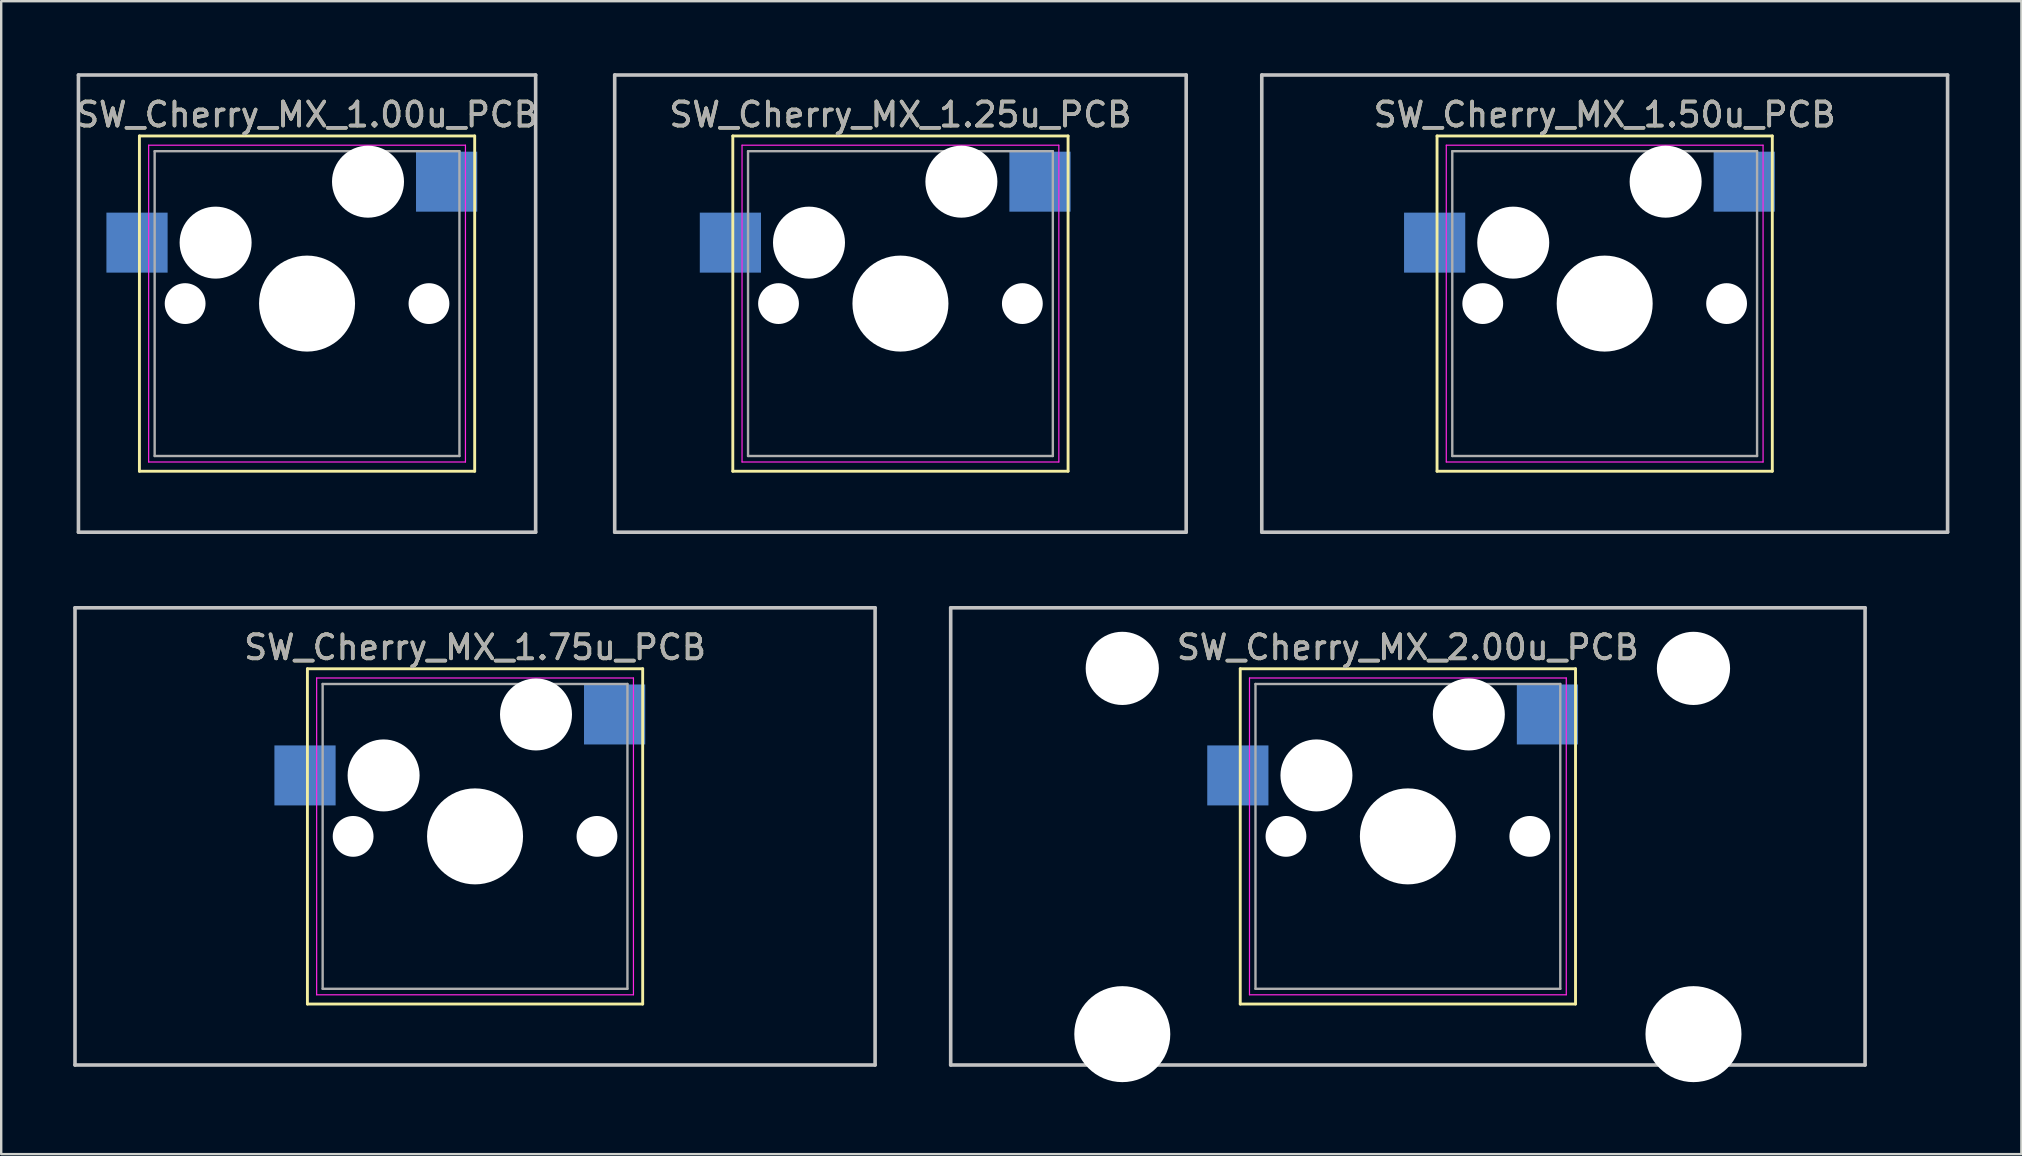
<source format=kicad_pcb>
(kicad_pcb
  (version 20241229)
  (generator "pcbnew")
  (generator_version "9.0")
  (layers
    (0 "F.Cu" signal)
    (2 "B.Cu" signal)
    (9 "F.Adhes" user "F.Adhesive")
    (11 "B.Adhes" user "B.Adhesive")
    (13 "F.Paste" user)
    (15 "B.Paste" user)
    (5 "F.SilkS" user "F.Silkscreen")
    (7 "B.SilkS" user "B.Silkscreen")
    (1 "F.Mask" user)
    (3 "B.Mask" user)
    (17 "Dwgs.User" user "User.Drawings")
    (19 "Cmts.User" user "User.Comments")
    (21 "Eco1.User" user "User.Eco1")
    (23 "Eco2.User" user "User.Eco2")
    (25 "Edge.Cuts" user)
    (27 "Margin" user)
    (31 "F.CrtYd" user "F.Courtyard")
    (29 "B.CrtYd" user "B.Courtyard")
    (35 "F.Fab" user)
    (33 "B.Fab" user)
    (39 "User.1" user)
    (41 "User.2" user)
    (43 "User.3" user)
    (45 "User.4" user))
  (footprint "SW_Cherry_MX_2.00u_PCB"
    (layer "F.Cu")
    (at 58.153 26.72)
    (property "Reference" "SW_Cherry_MX_2.00u_PCB" (at -2.54 -2.794 0) (layer "F.SilkS") (effects (font (size 1 1) (thickness 0.15))))
    (attr through_hole)
    (fp_line (start -9.525 -1.905) (end 4.445 -1.905) (stroke (width 0.12) (type solid)) (layer "F.SilkS"))
    (fp_line (start -9.525 12.065) (end -9.525 -1.905) (stroke (width 0.12) (type solid)) (layer "F.SilkS"))
    (fp_line (start 4.445 -1.905) (end 4.445 12.065) (stroke (width 0.12) (type solid)) (layer "F.SilkS"))
    (fp_line (start 4.445 12.065) (end -9.525 12.065) (stroke (width 0.12) (type solid)) (layer "F.SilkS"))
    (fp_line (start -21.59 -4.445) (end 16.51 -4.445) (stroke (width 0.15) (type solid)) (layer "Dwgs.User"))
    (fp_line (start -21.59 14.605) (end -21.59 -4.445) (stroke (width 0.15) (type solid)) (layer "Dwgs.User"))
    (fp_line (start 16.51 -4.445) (end 16.51 14.605) (stroke (width 0.15) (type solid)) (layer "Dwgs.User"))
    (fp_line (start 16.51 14.605) (end -21.59 14.605) (stroke (width 0.15) (type solid)) (layer "Dwgs.User"))
    (fp_line (start -9.14 -1.52) (end 4.06 -1.52) (stroke (width 0.05) (type solid)) (layer "F.CrtYd"))
    (fp_line (start -9.14 11.68) (end -9.14 -1.52) (stroke (width 0.05) (type solid)) (layer "F.CrtYd"))
    (fp_line (start 4.06 -1.52) (end 4.06 11.68) (stroke (width 0.05) (type solid)) (layer "F.CrtYd"))
    (fp_line (start 4.06 11.68) (end -9.14 11.68) (stroke (width 0.05) (type solid)) (layer "F.CrtYd"))
    (fp_line (start -8.89 -1.27) (end 3.81 -1.27) (stroke (width 0.1) (type solid)) (layer "F.Fab"))
    (fp_line (start -8.89 11.43) (end -8.89 -1.27) (stroke (width 0.1) (type solid)) (layer "F.Fab"))
    (fp_line (start 3.81 -1.27) (end 3.81 11.43) (stroke (width 0.1) (type solid)) (layer "F.Fab"))
    (fp_line (start 3.81 11.43) (end -8.89 11.43) (stroke (width 0.1) (type solid)) (layer "F.Fab"))
    (fp_text user "${REFERENCE}" (at -2.54 -2.794 0) (layer "F.Fab") (effects (font (size 1 1) (thickness 0.15))))
    (pad "" np_thru_hole circle (at -14.44 -1.92) (size 3.05 3.05) (drill 3.05) (layers "*.Cu" "*.Mask"))
    (pad "" np_thru_hole circle (at -14.44 13.32) (size 4 4) (drill 4) (layers "*.Cu" "*.Mask"))
    (pad "" np_thru_hole circle (at -7.62 5.08) (size 1.7 1.7) (drill 1.7) (layers "*.Cu" "*.Mask"))
    (pad "" np_thru_hole circle (at -6.35 2.54) (size 3 3) (drill 3) (layers "*.Cu" "*.Mask"))
    (pad "" np_thru_hole circle (at -2.54 5.08) (size 4 4) (drill 4) (layers "*.Cu" "*.Mask"))
    (pad "" np_thru_hole circle (at 0 0) (size 3 3) (drill 3) (layers "*.Cu" "*.Mask"))
    (pad "" np_thru_hole circle (at 2.54 5.08) (size 1.7 1.7) (drill 1.7) (layers "*.Cu" "*.Mask"))
    (pad "" np_thru_hole circle (at 9.36 -1.92) (size 3.05 3.05) (drill 3.05) (layers "*.Cu" "*.Mask"))
    (pad "" np_thru_hole circle (at 9.36 13.32) (size 4 4) (drill 4) (layers "*.Cu" "*.Mask"))
    (pad "1" smd rect (at 3.275 0) (size 2.55 2.5) (layers "B.Cu" "B.Mask" "B.Paste"))
    (pad "2" smd rect (at -9.625 2.54) (size 2.55 2.5) (layers "B.Cu" "B.Mask" "B.Paste")))
  (footprint "SW_Cherry_MX_1.50u_PCB"
    (layer "F.Cu")
    (at 66.353 4.52)
    (property "Reference" "SW_Cherry_MX_1.50u_PCB" (at -2.54 -2.794 0) (layer "F.SilkS") (effects (font (size 1 1) (thickness 0.15))))
    (attr through_hole)
    (fp_line (start -9.525 -1.905) (end 4.445 -1.905) (stroke (width 0.12) (type solid)) (layer "F.SilkS"))
    (fp_line (start -9.525 12.065) (end -9.525 -1.905) (stroke (width 0.12) (type solid)) (layer "F.SilkS"))
    (fp_line (start 4.445 -1.905) (end 4.445 12.065) (stroke (width 0.12) (type solid)) (layer "F.SilkS"))
    (fp_line (start 4.445 12.065) (end -9.525 12.065) (stroke (width 0.12) (type solid)) (layer "F.SilkS"))
    (fp_line (start -16.828 -4.445) (end 11.748 -4.445) (stroke (width 0.15) (type solid)) (layer "Dwgs.User"))
    (fp_line (start -16.828 14.605) (end -16.828 -4.445) (stroke (width 0.15) (type solid)) (layer "Dwgs.User"))
    (fp_line (start 11.748 -4.445) (end 11.748 14.605) (stroke (width 0.15) (type solid)) (layer "Dwgs.User"))
    (fp_line (start 11.748 14.605) (end -16.828 14.605) (stroke (width 0.15) (type solid)) (layer "Dwgs.User"))
    (fp_line (start -9.14 -1.52) (end 4.06 -1.52) (stroke (width 0.05) (type solid)) (layer "F.CrtYd"))
    (fp_line (start -9.14 11.68) (end -9.14 -1.52) (stroke (width 0.05) (type solid)) (layer "F.CrtYd"))
    (fp_line (start 4.06 -1.52) (end 4.06 11.68) (stroke (width 0.05) (type solid)) (layer "F.CrtYd"))
    (fp_line (start 4.06 11.68) (end -9.14 11.68) (stroke (width 0.05) (type solid)) (layer "F.CrtYd"))
    (fp_line (start -8.89 -1.27) (end 3.81 -1.27) (stroke (width 0.1) (type solid)) (layer "F.Fab"))
    (fp_line (start -8.89 11.43) (end -8.89 -1.27) (stroke (width 0.1) (type solid)) (layer "F.Fab"))
    (fp_line (start 3.81 -1.27) (end 3.81 11.43) (stroke (width 0.1) (type solid)) (layer "F.Fab"))
    (fp_line (start 3.81 11.43) (end -8.89 11.43) (stroke (width 0.1) (type solid)) (layer "F.Fab"))
    (fp_text user "${REFERENCE}" (at -2.54 -2.794 0) (layer "F.Fab") (effects (font (size 1 1) (thickness 0.15))))
    (pad "" np_thru_hole circle (at -7.62 5.08) (size 1.7 1.7) (drill 1.7) (layers "*.Cu" "*.Mask"))
    (pad "" np_thru_hole circle (at -6.35 2.54) (size 3 3) (drill 3) (layers "*.Cu" "*.Mask"))
    (pad "" np_thru_hole circle (at -2.54 5.08) (size 4 4) (drill 4) (layers "*.Cu" "*.Mask"))
    (pad "" np_thru_hole circle (at 0 0) (size 3 3) (drill 3) (layers "*.Cu" "*.Mask"))
    (pad "" np_thru_hole circle (at 2.54 5.08) (size 1.7 1.7) (drill 1.7) (layers "*.Cu" "*.Mask"))
    (pad "1" smd rect (at 3.275 0) (size 2.55 2.5) (layers "B.Cu" "B.Mask" "B.Paste"))
    (pad "2" smd rect (at -9.625 2.54) (size 2.55 2.5) (layers "B.Cu" "B.Mask" "B.Paste")))
  (footprint "SW_Cherry_MX_1.00u_PCB"
    (layer "F.Cu")
    (at 12.284 4.52)
    (property "Reference" "SW_Cherry_MX_1.00u_PCB" (at -2.54 -2.794 0) (layer "F.SilkS") (effects (font (size 1 1) (thickness 0.15))))
    (attr through_hole)
    (fp_line (start -9.525 -1.905) (end 4.445 -1.905) (stroke (width 0.12) (type solid)) (layer "F.SilkS"))
    (fp_line (start -9.525 12.065) (end -9.525 -1.905) (stroke (width 0.12) (type solid)) (layer "F.SilkS"))
    (fp_line (start 4.445 -1.905) (end 4.445 12.065) (stroke (width 0.12) (type solid)) (layer "F.SilkS"))
    (fp_line (start 4.445 12.065) (end -9.525 12.065) (stroke (width 0.12) (type solid)) (layer "F.SilkS"))
    (fp_line (start -12.065 -4.445) (end 6.985 -4.445) (stroke (width 0.15) (type solid)) (layer "Dwgs.User"))
    (fp_line (start -12.065 14.605) (end -12.065 -4.445) (stroke (width 0.15) (type solid)) (layer "Dwgs.User"))
    (fp_line (start 6.985 -4.445) (end 6.985 14.605) (stroke (width 0.15) (type solid)) (layer "Dwgs.User"))
    (fp_line (start 6.985 14.605) (end -12.065 14.605) (stroke (width 0.15) (type solid)) (layer "Dwgs.User"))
    (fp_line (start -9.14 -1.52) (end 4.06 -1.52) (stroke (width 0.05) (type solid)) (layer "F.CrtYd"))
    (fp_line (start -9.14 11.68) (end -9.14 -1.52) (stroke (width 0.05) (type solid)) (layer "F.CrtYd"))
    (fp_line (start 4.06 -1.52) (end 4.06 11.68) (stroke (width 0.05) (type solid)) (layer "F.CrtYd"))
    (fp_line (start 4.06 11.68) (end -9.14 11.68) (stroke (width 0.05) (type solid)) (layer "F.CrtYd"))
    (fp_line (start -8.89 -1.27) (end 3.81 -1.27) (stroke (width 0.1) (type solid)) (layer "F.Fab"))
    (fp_line (start -8.89 11.43) (end -8.89 -1.27) (stroke (width 0.1) (type solid)) (layer "F.Fab"))
    (fp_line (start 3.81 -1.27) (end 3.81 11.43) (stroke (width 0.1) (type solid)) (layer "F.Fab"))
    (fp_line (start 3.81 11.43) (end -8.89 11.43) (stroke (width 0.1) (type solid)) (layer "F.Fab"))
    (fp_text user "${REFERENCE}" (at -2.54 -2.794 0) (layer "F.Fab") (effects (font (size 1 1) (thickness 0.15))))
    (pad "" np_thru_hole circle (at -7.62 5.08) (size 1.7 1.7) (drill 1.7) (layers "*.Cu" "*.Mask"))
    (pad "" np_thru_hole circle (at -6.35 2.54) (size 3 3) (drill 3) (layers "*.Cu" "*.Mask"))
    (pad "" np_thru_hole circle (at -2.54 5.08) (size 4 4) (drill 4) (layers "*.Cu" "*.Mask"))
    (pad "" np_thru_hole circle (at 0 0) (size 3 3) (drill 3) (layers "*.Cu" "*.Mask"))
    (pad "" np_thru_hole circle (at 2.54 5.08) (size 1.7 1.7) (drill 1.7) (layers "*.Cu" "*.Mask"))
    (pad "1" smd rect (at 3.275 0) (size 2.55 2.5) (layers "B.Cu" "B.Mask" "B.Paste"))
    (pad "2" smd rect (at -9.625 2.54) (size 2.55 2.5) (layers "B.Cu" "B.Mask" "B.Paste")))
  (footprint "SW_Cherry_MX_1.75u_PCB"
    (layer "F.Cu")
    (at 19.284 26.72)
    (property "Reference" "SW_Cherry_MX_1.75u_PCB" (at -2.54 -2.794 0) (layer "F.SilkS") (effects (font (size 1 1) (thickness 0.15))))
    (attr through_hole)
    (fp_line (start -9.525 -1.905) (end 4.445 -1.905) (stroke (width 0.12) (type solid)) (layer "F.SilkS"))
    (fp_line (start -9.525 12.065) (end -9.525 -1.905) (stroke (width 0.12) (type solid)) (layer "F.SilkS"))
    (fp_line (start 4.445 -1.905) (end 4.445 12.065) (stroke (width 0.12) (type solid)) (layer "F.SilkS"))
    (fp_line (start 4.445 12.065) (end -9.525 12.065) (stroke (width 0.12) (type solid)) (layer "F.SilkS"))
    (fp_line (start -19.209 -4.445) (end 14.129 -4.445) (stroke (width 0.15) (type solid)) (layer "Dwgs.User"))
    (fp_line (start -19.209 14.605) (end -19.209 -4.445) (stroke (width 0.15) (type solid)) (layer "Dwgs.User"))
    (fp_line (start 14.129 -4.445) (end 14.129 14.605) (stroke (width 0.15) (type solid)) (layer "Dwgs.User"))
    (fp_line (start 14.129 14.605) (end -19.209 14.605) (stroke (width 0.15) (type solid)) (layer "Dwgs.User"))
    (fp_line (start -9.14 -1.52) (end 4.06 -1.52) (stroke (width 0.05) (type solid)) (layer "F.CrtYd"))
    (fp_line (start -9.14 11.68) (end -9.14 -1.52) (stroke (width 0.05) (type solid)) (layer "F.CrtYd"))
    (fp_line (start 4.06 -1.52) (end 4.06 11.68) (stroke (width 0.05) (type solid)) (layer "F.CrtYd"))
    (fp_line (start 4.06 11.68) (end -9.14 11.68) (stroke (width 0.05) (type solid)) (layer "F.CrtYd"))
    (fp_line (start -8.89 -1.27) (end 3.81 -1.27) (stroke (width 0.1) (type solid)) (layer "F.Fab"))
    (fp_line (start -8.89 11.43) (end -8.89 -1.27) (stroke (width 0.1) (type solid)) (layer "F.Fab"))
    (fp_line (start 3.81 -1.27) (end 3.81 11.43) (stroke (width 0.1) (type solid)) (layer "F.Fab"))
    (fp_line (start 3.81 11.43) (end -8.89 11.43) (stroke (width 0.1) (type solid)) (layer "F.Fab"))
    (fp_text user "${REFERENCE}" (at -2.54 -2.794 0) (layer "F.Fab") (effects (font (size 1 1) (thickness 0.15))))
    (pad "" np_thru_hole circle (at -7.62 5.08) (size 1.7 1.7) (drill 1.7) (layers "*.Cu" "*.Mask"))
    (pad "" np_thru_hole circle (at -6.35 2.54) (size 3 3) (drill 3) (layers "*.Cu" "*.Mask"))
    (pad "" np_thru_hole circle (at -2.54 5.08) (size 4 4) (drill 4) (layers "*.Cu" "*.Mask"))
    (pad "" np_thru_hole circle (at 0 0) (size 3 3) (drill 3) (layers "*.Cu" "*.Mask"))
    (pad "" np_thru_hole circle (at 2.54 5.08) (size 1.7 1.7) (drill 1.7) (layers "*.Cu" "*.Mask"))
    (pad "1" smd rect (at 3.275 0) (size 2.55 2.5) (layers "B.Cu" "B.Mask" "B.Paste"))
    (pad "2" smd rect (at -9.625 2.54) (size 2.55 2.5) (layers "B.Cu" "B.Mask" "B.Paste")))
  (footprint "SW_Cherry_MX_1.25u_PCB"
    (layer "F.Cu")
    (at 37.009 4.52)
    (property "Reference" "SW_Cherry_MX_1.25u_PCB" (at -2.54 -2.794 0) (layer "F.SilkS") (effects (font (size 1 1) (thickness 0.15))))
    (attr through_hole)
    (fp_line (start -9.525 -1.905) (end 4.445 -1.905) (stroke (width 0.12) (type solid)) (layer "F.SilkS"))
    (fp_line (start -9.525 12.065) (end -9.525 -1.905) (stroke (width 0.12) (type solid)) (layer "F.SilkS"))
    (fp_line (start 4.445 -1.905) (end 4.445 12.065) (stroke (width 0.12) (type solid)) (layer "F.SilkS"))
    (fp_line (start 4.445 12.065) (end -9.525 12.065) (stroke (width 0.12) (type solid)) (layer "F.SilkS"))
    (fp_line (start -14.446 -4.445) (end 9.366 -4.445) (stroke (width 0.15) (type solid)) (layer "Dwgs.User"))
    (fp_line (start -14.446 14.605) (end -14.446 -4.445) (stroke (width 0.15) (type solid)) (layer "Dwgs.User"))
    (fp_line (start 9.366 -4.445) (end 9.366 14.605) (stroke (width 0.15) (type solid)) (layer "Dwgs.User"))
    (fp_line (start 9.366 14.605) (end -14.446 14.605) (stroke (width 0.15) (type solid)) (layer "Dwgs.User"))
    (fp_line (start -9.14 -1.52) (end 4.06 -1.52) (stroke (width 0.05) (type solid)) (layer "F.CrtYd"))
    (fp_line (start -9.14 11.68) (end -9.14 -1.52) (stroke (width 0.05) (type solid)) (layer "F.CrtYd"))
    (fp_line (start 4.06 -1.52) (end 4.06 11.68) (stroke (width 0.05) (type solid)) (layer "F.CrtYd"))
    (fp_line (start 4.06 11.68) (end -9.14 11.68) (stroke (width 0.05) (type solid)) (layer "F.CrtYd"))
    (fp_line (start -8.89 -1.27) (end 3.81 -1.27) (stroke (width 0.1) (type solid)) (layer "F.Fab"))
    (fp_line (start -8.89 11.43) (end -8.89 -1.27) (stroke (width 0.1) (type solid)) (layer "F.Fab"))
    (fp_line (start 3.81 -1.27) (end 3.81 11.43) (stroke (width 0.1) (type solid)) (layer "F.Fab"))
    (fp_line (start 3.81 11.43) (end -8.89 11.43) (stroke (width 0.1) (type solid)) (layer "F.Fab"))
    (fp_text user "${REFERENCE}" (at -2.54 -2.794 0) (layer "F.Fab") (effects (font (size 1 1) (thickness 0.15))))
    (pad "" np_thru_hole circle (at -7.62 5.08) (size 1.7 1.7) (drill 1.7) (layers "*.Cu" "*.Mask"))
    (pad "" np_thru_hole circle (at -6.35 2.54) (size 3 3) (drill 3) (layers "*.Cu" "*.Mask"))
    (pad "" np_thru_hole circle (at -2.54 5.08) (size 4 4) (drill 4) (layers "*.Cu" "*.Mask"))
    (pad "" np_thru_hole circle (at 0 0) (size 3 3) (drill 3) (layers "*.Cu" "*.Mask"))
    (pad "" np_thru_hole circle (at 2.54 5.08) (size 1.7 1.7) (drill 1.7) (layers "*.Cu" "*.Mask"))
    (pad "1" smd rect (at 3.275 0) (size 2.55 2.5) (layers "B.Cu" "B.Mask" "B.Paste"))
    (pad "2" smd rect (at -9.625 2.54) (size 2.55 2.5) (layers "B.Cu" "B.Mask" "B.Paste")))
  (gr_rect
    (start -3 -3)
    (end 81.176 45.04)
    (stroke (width 0.1) (type default))
    (fill no)
    (layer "Edge.Cuts")))
</source>
